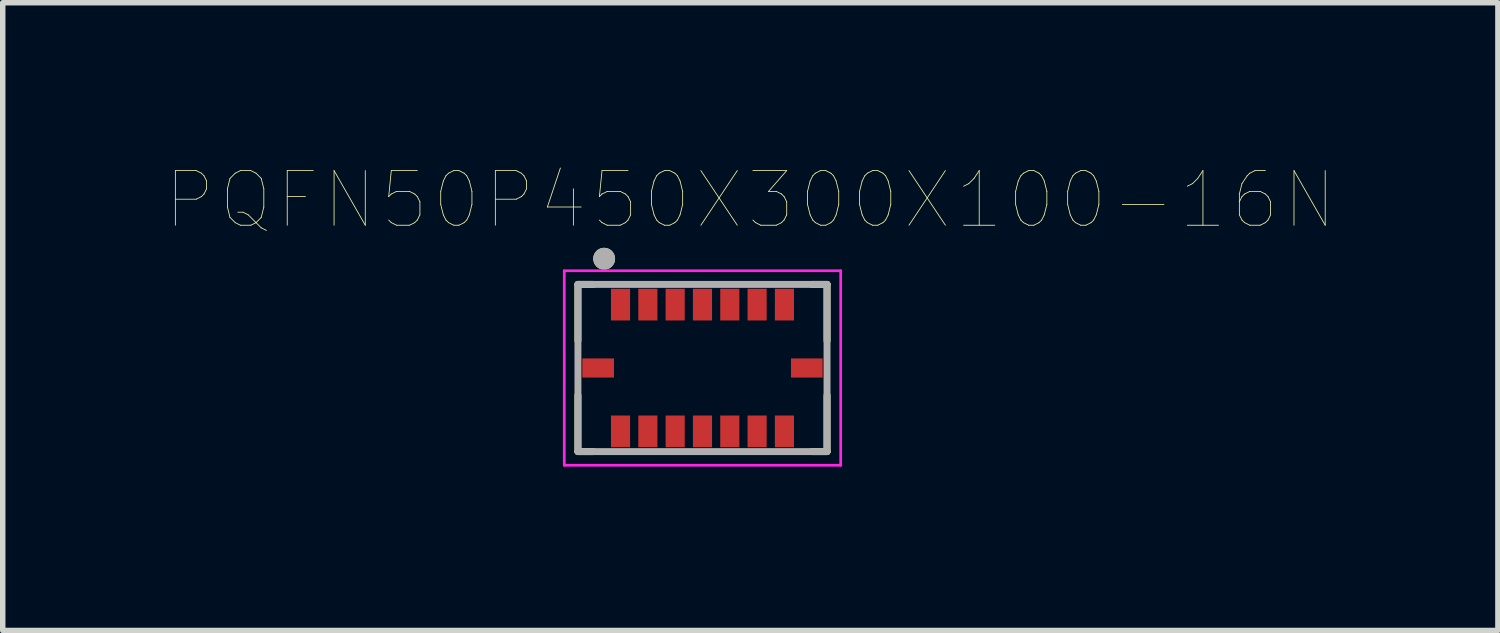
<source format=kicad_pcb>
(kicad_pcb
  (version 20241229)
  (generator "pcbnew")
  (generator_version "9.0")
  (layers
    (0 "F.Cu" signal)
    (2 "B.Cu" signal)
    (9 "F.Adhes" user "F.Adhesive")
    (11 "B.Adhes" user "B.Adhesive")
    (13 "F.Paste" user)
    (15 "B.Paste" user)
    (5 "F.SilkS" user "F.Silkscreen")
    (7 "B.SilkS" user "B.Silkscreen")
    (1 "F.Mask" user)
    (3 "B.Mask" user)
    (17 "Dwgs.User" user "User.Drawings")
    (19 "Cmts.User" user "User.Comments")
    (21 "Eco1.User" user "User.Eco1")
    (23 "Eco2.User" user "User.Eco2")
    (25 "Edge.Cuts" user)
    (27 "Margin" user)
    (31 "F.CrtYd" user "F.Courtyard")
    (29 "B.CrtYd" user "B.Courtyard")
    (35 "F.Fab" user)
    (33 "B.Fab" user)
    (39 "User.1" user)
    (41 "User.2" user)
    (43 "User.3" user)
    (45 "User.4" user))
  (footprint "PQFN50P450X300X100-16N"
    (layer "F.Cu")
    (at 9.809 3.686)
    (property "Reference" "PQFN50P450X300X100-16N" (at 0.875 -3.075 0) (layer "F.SilkS") (effects (font (size 1 1) (thickness 0.015))))
    (attr through_hole)
    (fp_poly (pts (xy -1.725 1.4) (xy -1.725 0.95) (xy -1.725 0.943) (xy -1.725 0.936) (xy -1.724 0.93) (xy -1.723 0.923) (xy -1.721 0.917) (xy -1.719 0.91) (xy -1.717 0.904) (xy -1.715 0.898) (xy -1.712 0.892) (xy -1.709 0.886) (xy -1.706 0.88) (xy -1.702 0.874) (xy -1.698 0.869) (xy -1.694 0.864) (xy -1.689 0.859) (xy -1.684 0.854) (xy -1.679 0.85) (xy -1.674 0.846) (xy -1.669 0.842) (xy -1.663 0.838) (xy -1.657 0.835) (xy -1.651 0.832) (xy -1.645 0.829) (xy -1.639 0.827) (xy -1.633 0.825) (xy -1.626 0.823) (xy -1.62 0.822) (xy -1.613 0.821) (xy -1.606 0.82) (xy -1.6 0.82) (xy -1.4 0.82) (xy -1.394 0.82) (xy -1.387 0.821) (xy -1.38 0.822) (xy -1.374 0.823) (xy -1.367 0.825) (xy -1.361 0.827) (xy -1.355 0.829) (xy -1.349 0.832) (xy -1.343 0.835) (xy -1.337 0.838) (xy -1.331 0.842) (xy -1.326 0.846) (xy -1.321 0.85) (xy -1.316 0.854) (xy -1.311 0.859) (xy -1.306 0.864) (xy -1.302 0.869) (xy -1.298 0.874) (xy -1.294 0.88) (xy -1.291 0.886) (xy -1.288 0.892) (xy -1.285 0.898) (xy -1.283 0.904) (xy -1.281 0.91) (xy -1.279 0.917) (xy -1.277 0.923) (xy -1.276 0.93) (xy -1.275 0.936) (xy -1.275 0.943) (xy -1.275 0.95) (xy -1.275 1.4) (xy -1.276 1.405) (xy -1.277 1.411) (xy -1.278 1.417) (xy -1.28 1.422) (xy -1.282 1.428) (xy -1.284 1.434) (xy -1.287 1.439) (xy -1.289 1.444) (xy -1.293 1.449) (xy -1.296 1.454) (xy -1.3 1.459) (xy -1.303 1.463) (xy -1.307 1.468) (xy -1.312 1.472) (xy -1.316 1.475) (xy -1.321 1.479) (xy -1.326 1.482) (xy -1.331 1.486) (xy -1.336 1.488) (xy -1.341 1.491) (xy -1.347 1.493) (xy -1.353 1.495) (xy -1.358 1.497) (xy -1.364 1.498) (xy -1.37 1.499) (xy -1.376 1.5) (xy -1.382 1.501) (xy -1.387 1.501) (xy -1.393 1.501) (xy -1.4 1.5) (xy -1.6 1.5) (xy -1.607 1.501) (xy -1.613 1.501) (xy -1.618 1.501) (xy -1.624 1.5) (xy -1.63 1.499) (xy -1.636 1.498) (xy -1.642 1.497) (xy -1.647 1.495) (xy -1.653 1.493) (xy -1.659 1.491) (xy -1.664 1.488) (xy -1.669 1.486) (xy -1.674 1.482) (xy -1.679 1.479) (xy -1.684 1.475) (xy -1.688 1.472) (xy -1.693 1.468) (xy -1.697 1.463) (xy -1.7 1.459) (xy -1.704 1.454) (xy -1.707 1.449) (xy -1.711 1.444) (xy -1.713 1.439) (xy -1.716 1.434) (xy -1.718 1.428) (xy -1.72 1.422) (xy -1.722 1.417) (xy -1.723 1.411) (xy -1.724 1.405) (xy -1.725 1.4)) (stroke (width 0.001) (type solid)) (fill yes) (layer "F.Mask"))
    (fp_poly (pts (xy -1.67 0.225) (xy -2.12 0.225) (xy -2.127 0.225) (xy -2.134 0.225) (xy -2.14 0.224) (xy -2.147 0.223) (xy -2.153 0.221) (xy -2.16 0.219) (xy -2.166 0.217) (xy -2.172 0.215) (xy -2.178 0.212) (xy -2.184 0.209) (xy -2.19 0.206) (xy -2.196 0.202) (xy -2.201 0.198) (xy -2.206 0.194) (xy -2.211 0.189) (xy -2.216 0.184) (xy -2.22 0.179) (xy -2.224 0.174) (xy -2.228 0.169) (xy -2.232 0.163) (xy -2.235 0.157) (xy -2.238 0.151) (xy -2.241 0.145) (xy -2.243 0.139) (xy -2.245 0.133) (xy -2.247 0.126) (xy -2.248 0.12) (xy -2.249 0.113) (xy -2.25 0.106) (xy -2.25 0.1) (xy -2.25 -0.1) (xy -2.25 -0.106) (xy -2.249 -0.113) (xy -2.248 -0.12) (xy -2.247 -0.126) (xy -2.245 -0.133) (xy -2.243 -0.139) (xy -2.241 -0.145) (xy -2.238 -0.151) (xy -2.235 -0.157) (xy -2.232 -0.163) (xy -2.228 -0.169) (xy -2.224 -0.174) (xy -2.22 -0.179) (xy -2.216 -0.184) (xy -2.211 -0.189) (xy -2.206 -0.194) (xy -2.201 -0.198) (xy -2.196 -0.202) (xy -2.19 -0.206) (xy -2.184 -0.209) (xy -2.178 -0.212) (xy -2.172 -0.215) (xy -2.166 -0.217) (xy -2.16 -0.219) (xy -2.153 -0.221) (xy -2.147 -0.223) (xy -2.14 -0.224) (xy -2.134 -0.225) (xy -2.127 -0.225) (xy -2.12 -0.225) (xy -1.67 -0.225) (xy -1.665 -0.224) (xy -1.659 -0.223) (xy -1.653 -0.222) (xy -1.648 -0.22) (xy -1.642 -0.218) (xy -1.636 -0.216) (xy -1.631 -0.213) (xy -1.626 -0.211) (xy -1.621 -0.207) (xy -1.616 -0.204) (xy -1.611 -0.2) (xy -1.607 -0.197) (xy -1.602 -0.193) (xy -1.598 -0.188) (xy -1.595 -0.184) (xy -1.591 -0.179) (xy -1.588 -0.174) (xy -1.584 -0.169) (xy -1.582 -0.164) (xy -1.579 -0.159) (xy -1.577 -0.153) (xy -1.575 -0.147) (xy -1.573 -0.142) (xy -1.572 -0.136) (xy -1.571 -0.13) (xy -1.57 -0.124) (xy -1.569 -0.118) (xy -1.569 -0.113) (xy -1.569 -0.107) (xy -1.57 -0.1) (xy -1.57 0.1) (xy -1.569 0.107) (xy -1.569 0.113) (xy -1.569 0.118) (xy -1.57 0.124) (xy -1.571 0.13) (xy -1.572 0.136) (xy -1.573 0.142) (xy -1.575 0.147) (xy -1.577 0.153) (xy -1.579 0.159) (xy -1.582 0.164) (xy -1.584 0.169) (xy -1.588 0.174) (xy -1.591 0.179) (xy -1.595 0.184) (xy -1.598 0.188) (xy -1.602 0.193) (xy -1.607 0.197) (xy -1.611 0.2) (xy -1.616 0.204) (xy -1.621 0.207) (xy -1.626 0.211) (xy -1.631 0.213) (xy -1.636 0.216) (xy -1.642 0.218) (xy -1.648 0.22) (xy -1.653 0.222) (xy -1.659 0.223) (xy -1.665 0.224) (xy -1.67 0.225)) (stroke (width 0.001) (type solid)) (fill yes) (layer "F.Mask"))
    (fp_poly (pts (xy -1.275 -1.4) (xy -1.275 -0.95) (xy -1.275 -0.943) (xy -1.275 -0.936) (xy -1.276 -0.93) (xy -1.277 -0.923) (xy -1.279 -0.917) (xy -1.281 -0.91) (xy -1.283 -0.904) (xy -1.285 -0.898) (xy -1.288 -0.892) (xy -1.291 -0.886) (xy -1.294 -0.88) (xy -1.298 -0.874) (xy -1.302 -0.869) (xy -1.306 -0.864) (xy -1.311 -0.859) (xy -1.316 -0.854) (xy -1.321 -0.85) (xy -1.326 -0.846) (xy -1.331 -0.842) (xy -1.337 -0.838) (xy -1.343 -0.835) (xy -1.349 -0.832) (xy -1.355 -0.829) (xy -1.361 -0.827) (xy -1.367 -0.825) (xy -1.374 -0.823) (xy -1.38 -0.822) (xy -1.387 -0.821) (xy -1.394 -0.82) (xy -1.4 -0.82) (xy -1.6 -0.82) (xy -1.606 -0.82) (xy -1.613 -0.821) (xy -1.62 -0.822) (xy -1.626 -0.823) (xy -1.633 -0.825) (xy -1.639 -0.827) (xy -1.645 -0.829) (xy -1.651 -0.832) (xy -1.657 -0.835) (xy -1.663 -0.838) (xy -1.669 -0.842) (xy -1.674 -0.846) (xy -1.679 -0.85) (xy -1.684 -0.854) (xy -1.689 -0.859) (xy -1.694 -0.864) (xy -1.698 -0.869) (xy -1.702 -0.874) (xy -1.706 -0.88) (xy -1.709 -0.886) (xy -1.712 -0.892) (xy -1.715 -0.898) (xy -1.717 -0.904) (xy -1.719 -0.91) (xy -1.721 -0.917) (xy -1.723 -0.923) (xy -1.724 -0.93) (xy -1.725 -0.936) (xy -1.725 -0.943) (xy -1.725 -0.95) (xy -1.725 -1.4) (xy -1.724 -1.405) (xy -1.723 -1.411) (xy -1.722 -1.417) (xy -1.72 -1.422) (xy -1.718 -1.428) (xy -1.716 -1.434) (xy -1.713 -1.439) (xy -1.711 -1.444) (xy -1.707 -1.449) (xy -1.704 -1.454) (xy -1.7 -1.459) (xy -1.697 -1.463) (xy -1.693 -1.468) (xy -1.688 -1.472) (xy -1.684 -1.475) (xy -1.679 -1.479) (xy -1.674 -1.482) (xy -1.669 -1.486) (xy -1.664 -1.488) (xy -1.659 -1.491) (xy -1.653 -1.493) (xy -1.647 -1.495) (xy -1.642 -1.497) (xy -1.636 -1.498) (xy -1.63 -1.499) (xy -1.624 -1.5) (xy -1.618 -1.501) (xy -1.613 -1.501) (xy -1.607 -1.501) (xy -1.6 -1.5) (xy -1.4 -1.5) (xy -1.393 -1.501) (xy -1.387 -1.501) (xy -1.382 -1.501) (xy -1.376 -1.5) (xy -1.37 -1.499) (xy -1.364 -1.498) (xy -1.358 -1.497) (xy -1.353 -1.495) (xy -1.347 -1.493) (xy -1.341 -1.491) (xy -1.336 -1.488) (xy -1.331 -1.486) (xy -1.326 -1.482) (xy -1.321 -1.479) (xy -1.316 -1.475) (xy -1.312 -1.472) (xy -1.307 -1.468) (xy -1.303 -1.463) (xy -1.3 -1.459) (xy -1.296 -1.454) (xy -1.293 -1.449) (xy -1.289 -1.444) (xy -1.287 -1.439) (xy -1.284 -1.434) (xy -1.282 -1.428) (xy -1.28 -1.422) (xy -1.278 -1.417) (xy -1.277 -1.411) (xy -1.276 -1.405) (xy -1.275 -1.4)) (stroke (width 0.001) (type solid)) (fill yes) (layer "F.Mask"))
    (fp_poly (pts (xy -1.225 1.4) (xy -1.225 0.95) (xy -1.225 0.943) (xy -1.225 0.936) (xy -1.224 0.93) (xy -1.223 0.923) (xy -1.221 0.917) (xy -1.219 0.91) (xy -1.217 0.904) (xy -1.215 0.898) (xy -1.212 0.892) (xy -1.209 0.886) (xy -1.206 0.88) (xy -1.202 0.874) (xy -1.198 0.869) (xy -1.194 0.864) (xy -1.189 0.859) (xy -1.184 0.854) (xy -1.179 0.85) (xy -1.174 0.846) (xy -1.169 0.842) (xy -1.163 0.838) (xy -1.157 0.835) (xy -1.151 0.832) (xy -1.145 0.829) (xy -1.139 0.827) (xy -1.133 0.825) (xy -1.126 0.823) (xy -1.12 0.822) (xy -1.113 0.821) (xy -1.106 0.82) (xy -1.1 0.82) (xy -0.9 0.82) (xy -0.894 0.82) (xy -0.887 0.821) (xy -0.88 0.822) (xy -0.874 0.823) (xy -0.867 0.825) (xy -0.861 0.827) (xy -0.855 0.829) (xy -0.849 0.832) (xy -0.843 0.835) (xy -0.837 0.838) (xy -0.831 0.842) (xy -0.826 0.846) (xy -0.821 0.85) (xy -0.816 0.854) (xy -0.811 0.859) (xy -0.806 0.864) (xy -0.802 0.869) (xy -0.798 0.874) (xy -0.794 0.88) (xy -0.791 0.886) (xy -0.788 0.892) (xy -0.785 0.898) (xy -0.783 0.904) (xy -0.781 0.91) (xy -0.779 0.917) (xy -0.777 0.923) (xy -0.776 0.93) (xy -0.775 0.936) (xy -0.775 0.943) (xy -0.775 0.95) (xy -0.775 1.4) (xy -0.776 1.405) (xy -0.777 1.411) (xy -0.778 1.417) (xy -0.78 1.422) (xy -0.782 1.428) (xy -0.784 1.434) (xy -0.787 1.439) (xy -0.789 1.444) (xy -0.793 1.449) (xy -0.796 1.454) (xy -0.8 1.459) (xy -0.803 1.463) (xy -0.807 1.468) (xy -0.812 1.472) (xy -0.816 1.475) (xy -0.821 1.479) (xy -0.826 1.482) (xy -0.831 1.486) (xy -0.836 1.488) (xy -0.841 1.491) (xy -0.847 1.493) (xy -0.853 1.495) (xy -0.858 1.497) (xy -0.864 1.498) (xy -0.87 1.499) (xy -0.876 1.5) (xy -0.882 1.501) (xy -0.887 1.501) (xy -0.893 1.501) (xy -0.9 1.5) (xy -1.1 1.5) (xy -1.107 1.501) (xy -1.113 1.501) (xy -1.118 1.501) (xy -1.124 1.5) (xy -1.13 1.499) (xy -1.136 1.498) (xy -1.142 1.497) (xy -1.147 1.495) (xy -1.153 1.493) (xy -1.159 1.491) (xy -1.164 1.488) (xy -1.169 1.486) (xy -1.174 1.482) (xy -1.179 1.479) (xy -1.184 1.475) (xy -1.188 1.472) (xy -1.193 1.468) (xy -1.197 1.463) (xy -1.2 1.459) (xy -1.204 1.454) (xy -1.207 1.449) (xy -1.211 1.444) (xy -1.213 1.439) (xy -1.216 1.434) (xy -1.218 1.428) (xy -1.22 1.422) (xy -1.222 1.417) (xy -1.223 1.411) (xy -1.224 1.405) (xy -1.225 1.4)) (stroke (width 0.001) (type solid)) (fill yes) (layer "F.Mask"))
    (fp_poly (pts (xy -0.775 -1.4) (xy -0.775 -0.95) (xy -0.775 -0.943) (xy -0.775 -0.936) (xy -0.776 -0.93) (xy -0.777 -0.923) (xy -0.779 -0.917) (xy -0.781 -0.91) (xy -0.783 -0.904) (xy -0.785 -0.898) (xy -0.788 -0.892) (xy -0.791 -0.886) (xy -0.794 -0.88) (xy -0.798 -0.874) (xy -0.802 -0.869) (xy -0.806 -0.864) (xy -0.811 -0.859) (xy -0.816 -0.854) (xy -0.821 -0.85) (xy -0.826 -0.846) (xy -0.831 -0.842) (xy -0.837 -0.838) (xy -0.843 -0.835) (xy -0.849 -0.832) (xy -0.855 -0.829) (xy -0.861 -0.827) (xy -0.867 -0.825) (xy -0.874 -0.823) (xy -0.88 -0.822) (xy -0.887 -0.821) (xy -0.894 -0.82) (xy -0.9 -0.82) (xy -1.1 -0.82) (xy -1.106 -0.82) (xy -1.113 -0.821) (xy -1.12 -0.822) (xy -1.126 -0.823) (xy -1.133 -0.825) (xy -1.139 -0.827) (xy -1.145 -0.829) (xy -1.151 -0.832) (xy -1.157 -0.835) (xy -1.163 -0.838) (xy -1.169 -0.842) (xy -1.174 -0.846) (xy -1.179 -0.85) (xy -1.184 -0.854) (xy -1.189 -0.859) (xy -1.194 -0.864) (xy -1.198 -0.869) (xy -1.202 -0.874) (xy -1.206 -0.88) (xy -1.209 -0.886) (xy -1.212 -0.892) (xy -1.215 -0.898) (xy -1.217 -0.904) (xy -1.219 -0.91) (xy -1.221 -0.917) (xy -1.223 -0.923) (xy -1.224 -0.93) (xy -1.225 -0.936) (xy -1.225 -0.943) (xy -1.225 -0.95) (xy -1.225 -1.4) (xy -1.224 -1.405) (xy -1.223 -1.411) (xy -1.222 -1.417) (xy -1.22 -1.422) (xy -1.218 -1.428) (xy -1.216 -1.434) (xy -1.213 -1.439) (xy -1.211 -1.444) (xy -1.207 -1.449) (xy -1.204 -1.454) (xy -1.2 -1.459) (xy -1.197 -1.463) (xy -1.193 -1.468) (xy -1.188 -1.472) (xy -1.184 -1.475) (xy -1.179 -1.479) (xy -1.174 -1.482) (xy -1.169 -1.486) (xy -1.164 -1.488) (xy -1.159 -1.491) (xy -1.153 -1.493) (xy -1.147 -1.495) (xy -1.142 -1.497) (xy -1.136 -1.498) (xy -1.13 -1.499) (xy -1.124 -1.5) (xy -1.118 -1.501) (xy -1.113 -1.501) (xy -1.107 -1.501) (xy -1.1 -1.5) (xy -0.9 -1.5) (xy -0.893 -1.501) (xy -0.887 -1.501) (xy -0.882 -1.501) (xy -0.876 -1.5) (xy -0.87 -1.499) (xy -0.864 -1.498) (xy -0.858 -1.497) (xy -0.853 -1.495) (xy -0.847 -1.493) (xy -0.841 -1.491) (xy -0.836 -1.488) (xy -0.831 -1.486) (xy -0.826 -1.482) (xy -0.821 -1.479) (xy -0.816 -1.475) (xy -0.812 -1.472) (xy -0.807 -1.468) (xy -0.803 -1.463) (xy -0.8 -1.459) (xy -0.796 -1.454) (xy -0.793 -1.449) (xy -0.789 -1.444) (xy -0.787 -1.439) (xy -0.784 -1.434) (xy -0.782 -1.428) (xy -0.78 -1.422) (xy -0.778 -1.417) (xy -0.777 -1.411) (xy -0.776 -1.405) (xy -0.775 -1.4)) (stroke (width 0.001) (type solid)) (fill yes) (layer "F.Mask"))
    (fp_poly (pts (xy -0.725 1.4) (xy -0.725 0.95) (xy -0.725 0.943) (xy -0.725 0.936) (xy -0.724 0.93) (xy -0.723 0.923) (xy -0.721 0.917) (xy -0.719 0.91) (xy -0.717 0.904) (xy -0.715 0.898) (xy -0.712 0.892) (xy -0.709 0.886) (xy -0.706 0.88) (xy -0.702 0.874) (xy -0.698 0.869) (xy -0.694 0.864) (xy -0.689 0.859) (xy -0.684 0.854) (xy -0.679 0.85) (xy -0.674 0.846) (xy -0.669 0.842) (xy -0.663 0.838) (xy -0.657 0.835) (xy -0.651 0.832) (xy -0.645 0.829) (xy -0.639 0.827) (xy -0.633 0.825) (xy -0.626 0.823) (xy -0.62 0.822) (xy -0.613 0.821) (xy -0.606 0.82) (xy -0.6 0.82) (xy -0.4 0.82) (xy -0.394 0.82) (xy -0.387 0.821) (xy -0.38 0.822) (xy -0.374 0.823) (xy -0.367 0.825) (xy -0.361 0.827) (xy -0.355 0.829) (xy -0.349 0.832) (xy -0.343 0.835) (xy -0.337 0.838) (xy -0.331 0.842) (xy -0.326 0.846) (xy -0.321 0.85) (xy -0.316 0.854) (xy -0.311 0.859) (xy -0.306 0.864) (xy -0.302 0.869) (xy -0.298 0.874) (xy -0.294 0.88) (xy -0.291 0.886) (xy -0.288 0.892) (xy -0.285 0.898) (xy -0.283 0.904) (xy -0.281 0.91) (xy -0.279 0.917) (xy -0.277 0.923) (xy -0.276 0.93) (xy -0.275 0.936) (xy -0.275 0.943) (xy -0.275 0.95) (xy -0.275 1.4) (xy -0.276 1.405) (xy -0.277 1.411) (xy -0.278 1.417) (xy -0.28 1.422) (xy -0.282 1.428) (xy -0.284 1.434) (xy -0.287 1.439) (xy -0.289 1.444) (xy -0.293 1.449) (xy -0.296 1.454) (xy -0.3 1.459) (xy -0.303 1.463) (xy -0.307 1.468) (xy -0.312 1.472) (xy -0.316 1.475) (xy -0.321 1.479) (xy -0.326 1.482) (xy -0.331 1.486) (xy -0.336 1.488) (xy -0.341 1.491) (xy -0.347 1.493) (xy -0.353 1.495) (xy -0.358 1.497) (xy -0.364 1.498) (xy -0.37 1.499) (xy -0.376 1.5) (xy -0.382 1.501) (xy -0.388 1.501) (xy -0.393 1.501) (xy -0.4 1.5) (xy -0.6 1.5) (xy -0.607 1.501) (xy -0.613 1.501) (xy -0.618 1.501) (xy -0.624 1.5) (xy -0.63 1.499) (xy -0.636 1.498) (xy -0.642 1.497) (xy -0.647 1.495) (xy -0.653 1.493) (xy -0.659 1.491) (xy -0.664 1.488) (xy -0.669 1.486) (xy -0.674 1.482) (xy -0.679 1.479) (xy -0.684 1.475) (xy -0.688 1.472) (xy -0.693 1.468) (xy -0.697 1.463) (xy -0.7 1.459) (xy -0.704 1.454) (xy -0.707 1.449) (xy -0.711 1.444) (xy -0.713 1.439) (xy -0.716 1.434) (xy -0.718 1.428) (xy -0.72 1.422) (xy -0.722 1.417) (xy -0.723 1.411) (xy -0.724 1.405) (xy -0.725 1.4)) (stroke (width 0.001) (type solid)) (fill yes) (layer "F.Mask"))
    (fp_poly (pts (xy -0.275 -1.4) (xy -0.275 -0.95) (xy -0.275 -0.943) (xy -0.275 -0.936) (xy -0.276 -0.93) (xy -0.277 -0.923) (xy -0.279 -0.917) (xy -0.281 -0.91) (xy -0.283 -0.904) (xy -0.285 -0.898) (xy -0.288 -0.892) (xy -0.291 -0.886) (xy -0.294 -0.88) (xy -0.298 -0.874) (xy -0.302 -0.869) (xy -0.306 -0.864) (xy -0.311 -0.859) (xy -0.316 -0.854) (xy -0.321 -0.85) (xy -0.326 -0.846) (xy -0.331 -0.842) (xy -0.337 -0.838) (xy -0.343 -0.835) (xy -0.349 -0.832) (xy -0.355 -0.829) (xy -0.361 -0.827) (xy -0.367 -0.825) (xy -0.374 -0.823) (xy -0.38 -0.822) (xy -0.387 -0.821) (xy -0.394 -0.82) (xy -0.4 -0.82) (xy -0.6 -0.82) (xy -0.606 -0.82) (xy -0.613 -0.821) (xy -0.62 -0.822) (xy -0.626 -0.823) (xy -0.633 -0.825) (xy -0.639 -0.827) (xy -0.645 -0.829) (xy -0.651 -0.832) (xy -0.657 -0.835) (xy -0.663 -0.838) (xy -0.669 -0.842) (xy -0.674 -0.846) (xy -0.679 -0.85) (xy -0.684 -0.854) (xy -0.689 -0.859) (xy -0.694 -0.864) (xy -0.698 -0.869) (xy -0.702 -0.874) (xy -0.706 -0.88) (xy -0.709 -0.886) (xy -0.712 -0.892) (xy -0.715 -0.898) (xy -0.717 -0.904) (xy -0.719 -0.91) (xy -0.721 -0.917) (xy -0.723 -0.923) (xy -0.724 -0.93) (xy -0.725 -0.936) (xy -0.725 -0.943) (xy -0.725 -0.95) (xy -0.725 -1.4) (xy -0.724 -1.405) (xy -0.723 -1.411) (xy -0.722 -1.417) (xy -0.72 -1.422) (xy -0.718 -1.428) (xy -0.716 -1.434) (xy -0.713 -1.439) (xy -0.711 -1.444) (xy -0.707 -1.449) (xy -0.704 -1.454) (xy -0.7 -1.459) (xy -0.697 -1.463) (xy -0.693 -1.468) (xy -0.688 -1.472) (xy -0.684 -1.475) (xy -0.679 -1.479) (xy -0.674 -1.482) (xy -0.669 -1.486) (xy -0.664 -1.488) (xy -0.659 -1.491) (xy -0.653 -1.493) (xy -0.647 -1.495) (xy -0.642 -1.497) (xy -0.636 -1.498) (xy -0.63 -1.499) (xy -0.624 -1.5) (xy -0.618 -1.501) (xy -0.613 -1.501) (xy -0.607 -1.501) (xy -0.6 -1.5) (xy -0.4 -1.5) (xy -0.393 -1.501) (xy -0.388 -1.501) (xy -0.382 -1.501) (xy -0.376 -1.5) (xy -0.37 -1.499) (xy -0.364 -1.498) (xy -0.358 -1.497) (xy -0.353 -1.495) (xy -0.347 -1.493) (xy -0.341 -1.491) (xy -0.336 -1.488) (xy -0.331 -1.486) (xy -0.326 -1.482) (xy -0.321 -1.479) (xy -0.316 -1.475) (xy -0.312 -1.472) (xy -0.307 -1.468) (xy -0.303 -1.463) (xy -0.3 -1.459) (xy -0.296 -1.454) (xy -0.293 -1.449) (xy -0.289 -1.444) (xy -0.287 -1.439) (xy -0.284 -1.434) (xy -0.282 -1.428) (xy -0.28 -1.422) (xy -0.278 -1.417) (xy -0.277 -1.411) (xy -0.276 -1.405) (xy -0.275 -1.4)) (stroke (width 0.001) (type solid)) (fill yes) (layer "F.Mask"))
    (fp_poly (pts (xy -0.225 1.4) (xy -0.225 0.95) (xy -0.225 0.943) (xy -0.225 0.936) (xy -0.224 0.93) (xy -0.223 0.923) (xy -0.221 0.917) (xy -0.219 0.91) (xy -0.217 0.904) (xy -0.215 0.898) (xy -0.212 0.892) (xy -0.209 0.886) (xy -0.206 0.88) (xy -0.202 0.874) (xy -0.198 0.869) (xy -0.194 0.864) (xy -0.189 0.859) (xy -0.184 0.854) (xy -0.179 0.85) (xy -0.174 0.846) (xy -0.169 0.842) (xy -0.163 0.838) (xy -0.157 0.835) (xy -0.151 0.832) (xy -0.145 0.829) (xy -0.139 0.827) (xy -0.133 0.825) (xy -0.126 0.823) (xy -0.12 0.822) (xy -0.113 0.821) (xy -0.106 0.82) (xy -0.1 0.82) (xy 0.1 0.82) (xy 0.106 0.82) (xy 0.113 0.821) (xy 0.12 0.822) (xy 0.126 0.823) (xy 0.133 0.825) (xy 0.139 0.827) (xy 0.145 0.829) (xy 0.151 0.832) (xy 0.157 0.835) (xy 0.163 0.838) (xy 0.169 0.842) (xy 0.174 0.846) (xy 0.179 0.85) (xy 0.184 0.854) (xy 0.189 0.859) (xy 0.194 0.864) (xy 0.198 0.869) (xy 0.202 0.874) (xy 0.206 0.88) (xy 0.209 0.886) (xy 0.212 0.892) (xy 0.215 0.898) (xy 0.217 0.904) (xy 0.219 0.91) (xy 0.221 0.917) (xy 0.223 0.923) (xy 0.224 0.93) (xy 0.225 0.936) (xy 0.225 0.943) (xy 0.225 0.95) (xy 0.225 1.4) (xy 0.224 1.405) (xy 0.223 1.411) (xy 0.222 1.417) (xy 0.22 1.422) (xy 0.218 1.428) (xy 0.216 1.434) (xy 0.213 1.439) (xy 0.211 1.444) (xy 0.207 1.449) (xy 0.204 1.454) (xy 0.2 1.459) (xy 0.197 1.463) (xy 0.193 1.468) (xy 0.188 1.472) (xy 0.184 1.475) (xy 0.179 1.479) (xy 0.174 1.482) (xy 0.169 1.486) (xy 0.164 1.488) (xy 0.159 1.491) (xy 0.153 1.493) (xy 0.147 1.495) (xy 0.142 1.497) (xy 0.136 1.498) (xy 0.13 1.499) (xy 0.124 1.5) (xy 0.118 1.501) (xy 0.113 1.501) (xy 0.107 1.501) (xy 0.1 1.5) (xy -0.1 1.5) (xy -0.107 1.501) (xy -0.113 1.501) (xy -0.118 1.501) (xy -0.124 1.5) (xy -0.13 1.499) (xy -0.136 1.498) (xy -0.142 1.497) (xy -0.147 1.495) (xy -0.153 1.493) (xy -0.159 1.491) (xy -0.164 1.488) (xy -0.169 1.486) (xy -0.174 1.482) (xy -0.179 1.479) (xy -0.184 1.475) (xy -0.188 1.472) (xy -0.193 1.468) (xy -0.197 1.463) (xy -0.2 1.459) (xy -0.204 1.454) (xy -0.207 1.449) (xy -0.211 1.444) (xy -0.213 1.439) (xy -0.216 1.434) (xy -0.218 1.428) (xy -0.22 1.422) (xy -0.222 1.417) (xy -0.223 1.411) (xy -0.224 1.405) (xy -0.225 1.4)) (stroke (width 0.001) (type solid)) (fill yes) (layer "F.Mask"))
    (fp_poly (pts (xy 0.225 -1.4) (xy 0.225 -0.95) (xy 0.225 -0.943) (xy 0.225 -0.936) (xy 0.224 -0.93) (xy 0.223 -0.923) (xy 0.221 -0.917) (xy 0.219 -0.91) (xy 0.217 -0.904) (xy 0.215 -0.898) (xy 0.212 -0.892) (xy 0.209 -0.886) (xy 0.206 -0.88) (xy 0.202 -0.874) (xy 0.198 -0.869) (xy 0.194 -0.864) (xy 0.189 -0.859) (xy 0.184 -0.854) (xy 0.179 -0.85) (xy 0.174 -0.846) (xy 0.169 -0.842) (xy 0.163 -0.838) (xy 0.157 -0.835) (xy 0.151 -0.832) (xy 0.145 -0.829) (xy 0.139 -0.827) (xy 0.133 -0.825) (xy 0.126 -0.823) (xy 0.12 -0.822) (xy 0.113 -0.821) (xy 0.106 -0.82) (xy 0.1 -0.82) (xy -0.1 -0.82) (xy -0.106 -0.82) (xy -0.113 -0.821) (xy -0.12 -0.822) (xy -0.126 -0.823) (xy -0.133 -0.825) (xy -0.139 -0.827) (xy -0.145 -0.829) (xy -0.151 -0.832) (xy -0.157 -0.835) (xy -0.163 -0.838) (xy -0.169 -0.842) (xy -0.174 -0.846) (xy -0.179 -0.85) (xy -0.184 -0.854) (xy -0.189 -0.859) (xy -0.194 -0.864) (xy -0.198 -0.869) (xy -0.202 -0.874) (xy -0.206 -0.88) (xy -0.209 -0.886) (xy -0.212 -0.892) (xy -0.215 -0.898) (xy -0.217 -0.904) (xy -0.219 -0.91) (xy -0.221 -0.917) (xy -0.223 -0.923) (xy -0.224 -0.93) (xy -0.225 -0.936) (xy -0.225 -0.943) (xy -0.225 -0.95) (xy -0.225 -1.4) (xy -0.224 -1.405) (xy -0.223 -1.411) (xy -0.222 -1.417) (xy -0.22 -1.422) (xy -0.218 -1.428) (xy -0.216 -1.434) (xy -0.213 -1.439) (xy -0.211 -1.444) (xy -0.207 -1.449) (xy -0.204 -1.454) (xy -0.2 -1.459) (xy -0.197 -1.463) (xy -0.193 -1.468) (xy -0.188 -1.472) (xy -0.184 -1.475) (xy -0.179 -1.479) (xy -0.174 -1.482) (xy -0.169 -1.486) (xy -0.164 -1.488) (xy -0.159 -1.491) (xy -0.153 -1.493) (xy -0.147 -1.495) (xy -0.142 -1.497) (xy -0.136 -1.498) (xy -0.13 -1.499) (xy -0.124 -1.5) (xy -0.118 -1.501) (xy -0.113 -1.501) (xy -0.107 -1.501) (xy -0.1 -1.5) (xy 0.1 -1.5) (xy 0.107 -1.501) (xy 0.113 -1.501) (xy 0.118 -1.501) (xy 0.124 -1.5) (xy 0.13 -1.499) (xy 0.136 -1.498) (xy 0.142 -1.497) (xy 0.147 -1.495) (xy 0.153 -1.493) (xy 0.159 -1.491) (xy 0.164 -1.488) (xy 0.169 -1.486) (xy 0.174 -1.482) (xy 0.179 -1.479) (xy 0.184 -1.475) (xy 0.188 -1.472) (xy 0.193 -1.468) (xy 0.197 -1.463) (xy 0.2 -1.459) (xy 0.204 -1.454) (xy 0.207 -1.449) (xy 0.211 -1.444) (xy 0.213 -1.439) (xy 0.216 -1.434) (xy 0.218 -1.428) (xy 0.22 -1.422) (xy 0.222 -1.417) (xy 0.223 -1.411) (xy 0.224 -1.405) (xy 0.225 -1.4)) (stroke (width 0.001) (type solid)) (fill yes) (layer "F.Mask"))
    (fp_poly (pts (xy 0.275 1.4) (xy 0.275 0.95) (xy 0.275 0.943) (xy 0.275 0.936) (xy 0.276 0.93) (xy 0.277 0.923) (xy 0.279 0.917) (xy 0.281 0.91) (xy 0.283 0.904) (xy 0.285 0.898) (xy 0.288 0.892) (xy 0.291 0.886) (xy 0.294 0.88) (xy 0.298 0.874) (xy 0.302 0.869) (xy 0.306 0.864) (xy 0.311 0.859) (xy 0.316 0.854) (xy 0.321 0.85) (xy 0.326 0.846) (xy 0.331 0.842) (xy 0.337 0.838) (xy 0.343 0.835) (xy 0.349 0.832) (xy 0.355 0.829) (xy 0.361 0.827) (xy 0.367 0.825) (xy 0.374 0.823) (xy 0.38 0.822) (xy 0.387 0.821) (xy 0.394 0.82) (xy 0.4 0.82) (xy 0.6 0.82) (xy 0.606 0.82) (xy 0.613 0.821) (xy 0.62 0.822) (xy 0.626 0.823) (xy 0.633 0.825) (xy 0.639 0.827) (xy 0.645 0.829) (xy 0.651 0.832) (xy 0.657 0.835) (xy 0.663 0.838) (xy 0.669 0.842) (xy 0.674 0.846) (xy 0.679 0.85) (xy 0.684 0.854) (xy 0.689 0.859) (xy 0.694 0.864) (xy 0.698 0.869) (xy 0.702 0.874) (xy 0.706 0.88) (xy 0.709 0.886) (xy 0.712 0.892) (xy 0.715 0.898) (xy 0.717 0.904) (xy 0.719 0.91) (xy 0.721 0.917) (xy 0.723 0.923) (xy 0.724 0.93) (xy 0.725 0.936) (xy 0.725 0.943) (xy 0.725 0.95) (xy 0.725 1.4) (xy 0.724 1.405) (xy 0.723 1.411) (xy 0.722 1.417) (xy 0.72 1.422) (xy 0.718 1.428) (xy 0.716 1.434) (xy 0.713 1.439) (xy 0.711 1.444) (xy 0.707 1.449) (xy 0.704 1.454) (xy 0.7 1.459) (xy 0.697 1.463) (xy 0.693 1.468) (xy 0.688 1.472) (xy 0.684 1.475) (xy 0.679 1.479) (xy 0.674 1.482) (xy 0.669 1.486) (xy 0.664 1.488) (xy 0.659 1.491) (xy 0.653 1.493) (xy 0.647 1.495) (xy 0.642 1.497) (xy 0.636 1.498) (xy 0.63 1.499) (xy 0.624 1.5) (xy 0.618 1.501) (xy 0.613 1.501) (xy 0.607 1.501) (xy 0.6 1.5) (xy 0.4 1.5) (xy 0.393 1.501) (xy 0.388 1.501) (xy 0.382 1.501) (xy 0.376 1.5) (xy 0.37 1.499) (xy 0.364 1.498) (xy 0.358 1.497) (xy 0.353 1.495) (xy 0.347 1.493) (xy 0.341 1.491) (xy 0.336 1.488) (xy 0.331 1.486) (xy 0.326 1.482) (xy 0.321 1.479) (xy 0.316 1.475) (xy 0.312 1.472) (xy 0.307 1.468) (xy 0.303 1.463) (xy 0.3 1.459) (xy 0.296 1.454) (xy 0.293 1.449) (xy 0.289 1.444) (xy 0.287 1.439) (xy 0.284 1.434) (xy 0.282 1.428) (xy 0.28 1.422) (xy 0.278 1.417) (xy 0.277 1.411) (xy 0.276 1.405) (xy 0.275 1.4)) (stroke (width 0.001) (type solid)) (fill yes) (layer "F.Mask"))
    (fp_poly (pts (xy 0.725 -1.4) (xy 0.725 -0.95) (xy 0.725 -0.943) (xy 0.725 -0.936) (xy 0.724 -0.93) (xy 0.723 -0.923) (xy 0.721 -0.917) (xy 0.719 -0.91) (xy 0.717 -0.904) (xy 0.715 -0.898) (xy 0.712 -0.892) (xy 0.709 -0.886) (xy 0.706 -0.88) (xy 0.702 -0.874) (xy 0.698 -0.869) (xy 0.694 -0.864) (xy 0.689 -0.859) (xy 0.684 -0.854) (xy 0.679 -0.85) (xy 0.674 -0.846) (xy 0.669 -0.842) (xy 0.663 -0.838) (xy 0.657 -0.835) (xy 0.651 -0.832) (xy 0.645 -0.829) (xy 0.639 -0.827) (xy 0.633 -0.825) (xy 0.626 -0.823) (xy 0.62 -0.822) (xy 0.613 -0.821) (xy 0.606 -0.82) (xy 0.6 -0.82) (xy 0.4 -0.82) (xy 0.394 -0.82) (xy 0.387 -0.821) (xy 0.38 -0.822) (xy 0.374 -0.823) (xy 0.367 -0.825) (xy 0.361 -0.827) (xy 0.355 -0.829) (xy 0.349 -0.832) (xy 0.343 -0.835) (xy 0.337 -0.838) (xy 0.331 -0.842) (xy 0.326 -0.846) (xy 0.321 -0.85) (xy 0.316 -0.854) (xy 0.311 -0.859) (xy 0.306 -0.864) (xy 0.302 -0.869) (xy 0.298 -0.874) (xy 0.294 -0.88) (xy 0.291 -0.886) (xy 0.288 -0.892) (xy 0.285 -0.898) (xy 0.283 -0.904) (xy 0.281 -0.91) (xy 0.279 -0.917) (xy 0.277 -0.923) (xy 0.276 -0.93) (xy 0.275 -0.936) (xy 0.275 -0.943) (xy 0.275 -0.95) (xy 0.275 -1.4) (xy 0.276 -1.405) (xy 0.277 -1.411) (xy 0.278 -1.417) (xy 0.28 -1.422) (xy 0.282 -1.428) (xy 0.284 -1.434) (xy 0.287 -1.439) (xy 0.289 -1.444) (xy 0.293 -1.449) (xy 0.296 -1.454) (xy 0.3 -1.459) (xy 0.303 -1.463) (xy 0.307 -1.468) (xy 0.312 -1.472) (xy 0.316 -1.475) (xy 0.321 -1.479) (xy 0.326 -1.482) (xy 0.331 -1.486) (xy 0.336 -1.488) (xy 0.341 -1.491) (xy 0.347 -1.493) (xy 0.353 -1.495) (xy 0.358 -1.497) (xy 0.364 -1.498) (xy 0.37 -1.499) (xy 0.376 -1.5) (xy 0.382 -1.501) (xy 0.388 -1.501) (xy 0.393 -1.501) (xy 0.4 -1.5) (xy 0.6 -1.5) (xy 0.607 -1.501) (xy 0.613 -1.501) (xy 0.618 -1.501) (xy 0.624 -1.5) (xy 0.63 -1.499) (xy 0.636 -1.498) (xy 0.642 -1.497) (xy 0.647 -1.495) (xy 0.653 -1.493) (xy 0.659 -1.491) (xy 0.664 -1.488) (xy 0.669 -1.486) (xy 0.674 -1.482) (xy 0.679 -1.479) (xy 0.684 -1.475) (xy 0.688 -1.472) (xy 0.693 -1.468) (xy 0.697 -1.463) (xy 0.7 -1.459) (xy 0.704 -1.454) (xy 0.707 -1.449) (xy 0.711 -1.444) (xy 0.713 -1.439) (xy 0.716 -1.434) (xy 0.718 -1.428) (xy 0.72 -1.422) (xy 0.722 -1.417) (xy 0.723 -1.411) (xy 0.724 -1.405) (xy 0.725 -1.4)) (stroke (width 0.001) (type solid)) (fill yes) (layer "F.Mask"))
    (fp_poly (pts (xy 0.775 1.4) (xy 0.775 0.95) (xy 0.775 0.943) (xy 0.775 0.936) (xy 0.776 0.93) (xy 0.777 0.923) (xy 0.779 0.917) (xy 0.781 0.91) (xy 0.783 0.904) (xy 0.785 0.898) (xy 0.788 0.892) (xy 0.791 0.886) (xy 0.794 0.88) (xy 0.798 0.874) (xy 0.802 0.869) (xy 0.806 0.864) (xy 0.811 0.859) (xy 0.816 0.854) (xy 0.821 0.85) (xy 0.826 0.846) (xy 0.831 0.842) (xy 0.837 0.838) (xy 0.843 0.835) (xy 0.849 0.832) (xy 0.855 0.829) (xy 0.861 0.827) (xy 0.867 0.825) (xy 0.874 0.823) (xy 0.88 0.822) (xy 0.887 0.821) (xy 0.894 0.82) (xy 0.9 0.82) (xy 1.1 0.82) (xy 1.106 0.82) (xy 1.113 0.821) (xy 1.12 0.822) (xy 1.126 0.823) (xy 1.133 0.825) (xy 1.139 0.827) (xy 1.145 0.829) (xy 1.151 0.832) (xy 1.157 0.835) (xy 1.163 0.838) (xy 1.169 0.842) (xy 1.174 0.846) (xy 1.179 0.85) (xy 1.184 0.854) (xy 1.189 0.859) (xy 1.194 0.864) (xy 1.198 0.869) (xy 1.202 0.874) (xy 1.206 0.88) (xy 1.209 0.886) (xy 1.212 0.892) (xy 1.215 0.898) (xy 1.217 0.904) (xy 1.219 0.91) (xy 1.221 0.917) (xy 1.223 0.923) (xy 1.224 0.93) (xy 1.225 0.936) (xy 1.225 0.943) (xy 1.225 0.95) (xy 1.225 1.4) (xy 1.224 1.405) (xy 1.223 1.411) (xy 1.222 1.417) (xy 1.22 1.422) (xy 1.218 1.428) (xy 1.216 1.434) (xy 1.213 1.439) (xy 1.211 1.444) (xy 1.207 1.449) (xy 1.204 1.454) (xy 1.2 1.459) (xy 1.197 1.463) (xy 1.193 1.468) (xy 1.188 1.472) (xy 1.184 1.475) (xy 1.179 1.479) (xy 1.174 1.482) (xy 1.169 1.486) (xy 1.164 1.488) (xy 1.159 1.491) (xy 1.153 1.493) (xy 1.147 1.495) (xy 1.142 1.497) (xy 1.136 1.498) (xy 1.13 1.499) (xy 1.124 1.5) (xy 1.118 1.501) (xy 1.113 1.501) (xy 1.107 1.501) (xy 1.1 1.5) (xy 0.9 1.5) (xy 0.893 1.501) (xy 0.887 1.501) (xy 0.882 1.501) (xy 0.876 1.5) (xy 0.87 1.499) (xy 0.864 1.498) (xy 0.858 1.497) (xy 0.853 1.495) (xy 0.847 1.493) (xy 0.841 1.491) (xy 0.836 1.488) (xy 0.831 1.486) (xy 0.826 1.482) (xy 0.821 1.479) (xy 0.816 1.475) (xy 0.812 1.472) (xy 0.807 1.468) (xy 0.803 1.463) (xy 0.8 1.459) (xy 0.796 1.454) (xy 0.793 1.449) (xy 0.789 1.444) (xy 0.787 1.439) (xy 0.784 1.434) (xy 0.782 1.428) (xy 0.78 1.422) (xy 0.778 1.417) (xy 0.777 1.411) (xy 0.776 1.405) (xy 0.775 1.4)) (stroke (width 0.001) (type solid)) (fill yes) (layer "F.Mask"))
    (fp_poly (pts (xy 1.225 -1.4) (xy 1.225 -0.95) (xy 1.225 -0.943) (xy 1.225 -0.936) (xy 1.224 -0.93) (xy 1.223 -0.923) (xy 1.221 -0.917) (xy 1.219 -0.91) (xy 1.217 -0.904) (xy 1.215 -0.898) (xy 1.212 -0.892) (xy 1.209 -0.886) (xy 1.206 -0.88) (xy 1.202 -0.874) (xy 1.198 -0.869) (xy 1.194 -0.864) (xy 1.189 -0.859) (xy 1.184 -0.854) (xy 1.179 -0.85) (xy 1.174 -0.846) (xy 1.169 -0.842) (xy 1.163 -0.838) (xy 1.157 -0.835) (xy 1.151 -0.832) (xy 1.145 -0.829) (xy 1.139 -0.827) (xy 1.133 -0.825) (xy 1.126 -0.823) (xy 1.12 -0.822) (xy 1.113 -0.821) (xy 1.106 -0.82) (xy 1.1 -0.82) (xy 0.9 -0.82) (xy 0.894 -0.82) (xy 0.887 -0.821) (xy 0.88 -0.822) (xy 0.874 -0.823) (xy 0.867 -0.825) (xy 0.861 -0.827) (xy 0.855 -0.829) (xy 0.849 -0.832) (xy 0.843 -0.835) (xy 0.837 -0.838) (xy 0.831 -0.842) (xy 0.826 -0.846) (xy 0.821 -0.85) (xy 0.816 -0.854) (xy 0.811 -0.859) (xy 0.806 -0.864) (xy 0.802 -0.869) (xy 0.798 -0.874) (xy 0.794 -0.88) (xy 0.791 -0.886) (xy 0.788 -0.892) (xy 0.785 -0.898) (xy 0.783 -0.904) (xy 0.781 -0.91) (xy 0.779 -0.917) (xy 0.777 -0.923) (xy 0.776 -0.93) (xy 0.775 -0.936) (xy 0.775 -0.943) (xy 0.775 -0.95) (xy 0.775 -1.4) (xy 0.776 -1.405) (xy 0.777 -1.411) (xy 0.778 -1.417) (xy 0.78 -1.422) (xy 0.782 -1.428) (xy 0.784 -1.434) (xy 0.787 -1.439) (xy 0.789 -1.444) (xy 0.793 -1.449) (xy 0.796 -1.454) (xy 0.8 -1.459) (xy 0.803 -1.463) (xy 0.807 -1.468) (xy 0.812 -1.472) (xy 0.816 -1.475) (xy 0.821 -1.479) (xy 0.826 -1.482) (xy 0.831 -1.486) (xy 0.836 -1.488) (xy 0.841 -1.491) (xy 0.847 -1.493) (xy 0.853 -1.495) (xy 0.858 -1.497) (xy 0.864 -1.498) (xy 0.87 -1.499) (xy 0.876 -1.5) (xy 0.882 -1.501) (xy 0.887 -1.501) (xy 0.893 -1.501) (xy 0.9 -1.5) (xy 1.1 -1.5) (xy 1.107 -1.501) (xy 1.113 -1.501) (xy 1.118 -1.501) (xy 1.124 -1.5) (xy 1.13 -1.499) (xy 1.136 -1.498) (xy 1.142 -1.497) (xy 1.147 -1.495) (xy 1.153 -1.493) (xy 1.159 -1.491) (xy 1.164 -1.488) (xy 1.169 -1.486) (xy 1.174 -1.482) (xy 1.179 -1.479) (xy 1.184 -1.475) (xy 1.188 -1.472) (xy 1.193 -1.468) (xy 1.197 -1.463) (xy 1.2 -1.459) (xy 1.204 -1.454) (xy 1.207 -1.449) (xy 1.211 -1.444) (xy 1.213 -1.439) (xy 1.216 -1.434) (xy 1.218 -1.428) (xy 1.22 -1.422) (xy 1.222 -1.417) (xy 1.223 -1.411) (xy 1.224 -1.405) (xy 1.225 -1.4)) (stroke (width 0.001) (type solid)) (fill yes) (layer "F.Mask"))
    (fp_poly (pts (xy 1.275 1.4) (xy 1.275 0.95) (xy 1.275 0.943) (xy 1.275 0.936) (xy 1.276 0.93) (xy 1.277 0.923) (xy 1.279 0.917) (xy 1.281 0.91) (xy 1.283 0.904) (xy 1.285 0.898) (xy 1.288 0.892) (xy 1.291 0.886) (xy 1.294 0.88) (xy 1.298 0.874) (xy 1.302 0.869) (xy 1.306 0.864) (xy 1.311 0.859) (xy 1.316 0.854) (xy 1.321 0.85) (xy 1.326 0.846) (xy 1.331 0.842) (xy 1.337 0.838) (xy 1.343 0.835) (xy 1.349 0.832) (xy 1.355 0.829) (xy 1.361 0.827) (xy 1.367 0.825) (xy 1.374 0.823) (xy 1.38 0.822) (xy 1.387 0.821) (xy 1.394 0.82) (xy 1.4 0.82) (xy 1.6 0.82) (xy 1.606 0.82) (xy 1.613 0.821) (xy 1.62 0.822) (xy 1.626 0.823) (xy 1.633 0.825) (xy 1.639 0.827) (xy 1.645 0.829) (xy 1.651 0.832) (xy 1.657 0.835) (xy 1.663 0.838) (xy 1.669 0.842) (xy 1.674 0.846) (xy 1.679 0.85) (xy 1.684 0.854) (xy 1.689 0.859) (xy 1.694 0.864) (xy 1.698 0.869) (xy 1.702 0.874) (xy 1.706 0.88) (xy 1.709 0.886) (xy 1.712 0.892) (xy 1.715 0.898) (xy 1.717 0.904) (xy 1.719 0.91) (xy 1.721 0.917) (xy 1.723 0.923) (xy 1.724 0.93) (xy 1.725 0.936) (xy 1.725 0.943) (xy 1.725 0.95) (xy 1.725 1.4) (xy 1.724 1.405) (xy 1.723 1.411) (xy 1.722 1.417) (xy 1.72 1.422) (xy 1.718 1.428) (xy 1.716 1.434) (xy 1.713 1.439) (xy 1.711 1.444) (xy 1.707 1.449) (xy 1.704 1.454) (xy 1.7 1.459) (xy 1.697 1.463) (xy 1.693 1.468) (xy 1.688 1.472) (xy 1.684 1.475) (xy 1.679 1.479) (xy 1.674 1.482) (xy 1.669 1.486) (xy 1.664 1.488) (xy 1.659 1.491) (xy 1.653 1.493) (xy 1.647 1.495) (xy 1.642 1.497) (xy 1.636 1.498) (xy 1.63 1.499) (xy 1.624 1.5) (xy 1.618 1.501) (xy 1.613 1.501) (xy 1.607 1.501) (xy 1.6 1.5) (xy 1.4 1.5) (xy 1.393 1.501) (xy 1.387 1.501) (xy 1.382 1.501) (xy 1.376 1.5) (xy 1.37 1.499) (xy 1.364 1.498) (xy 1.358 1.497) (xy 1.353 1.495) (xy 1.347 1.493) (xy 1.341 1.491) (xy 1.336 1.488) (xy 1.331 1.486) (xy 1.326 1.482) (xy 1.321 1.479) (xy 1.316 1.475) (xy 1.312 1.472) (xy 1.307 1.468) (xy 1.303 1.463) (xy 1.3 1.459) (xy 1.296 1.454) (xy 1.293 1.449) (xy 1.289 1.444) (xy 1.287 1.439) (xy 1.284 1.434) (xy 1.282 1.428) (xy 1.28 1.422) (xy 1.278 1.417) (xy 1.277 1.411) (xy 1.276 1.405) (xy 1.275 1.4)) (stroke (width 0.001) (type solid)) (fill yes) (layer "F.Mask"))
    (fp_poly (pts (xy 1.725 -1.4) (xy 1.725 -0.95) (xy 1.725 -0.943) (xy 1.725 -0.936) (xy 1.724 -0.93) (xy 1.723 -0.923) (xy 1.721 -0.917) (xy 1.719 -0.91) (xy 1.717 -0.904) (xy 1.715 -0.898) (xy 1.712 -0.892) (xy 1.709 -0.886) (xy 1.706 -0.88) (xy 1.702 -0.874) (xy 1.698 -0.869) (xy 1.694 -0.864) (xy 1.689 -0.859) (xy 1.684 -0.854) (xy 1.679 -0.85) (xy 1.674 -0.846) (xy 1.669 -0.842) (xy 1.663 -0.838) (xy 1.657 -0.835) (xy 1.651 -0.832) (xy 1.645 -0.829) (xy 1.639 -0.827) (xy 1.633 -0.825) (xy 1.626 -0.823) (xy 1.62 -0.822) (xy 1.613 -0.821) (xy 1.606 -0.82) (xy 1.6 -0.82) (xy 1.4 -0.82) (xy 1.394 -0.82) (xy 1.387 -0.821) (xy 1.38 -0.822) (xy 1.374 -0.823) (xy 1.367 -0.825) (xy 1.361 -0.827) (xy 1.355 -0.829) (xy 1.349 -0.832) (xy 1.343 -0.835) (xy 1.337 -0.838) (xy 1.331 -0.842) (xy 1.326 -0.846) (xy 1.321 -0.85) (xy 1.316 -0.854) (xy 1.311 -0.859) (xy 1.306 -0.864) (xy 1.302 -0.869) (xy 1.298 -0.874) (xy 1.294 -0.88) (xy 1.291 -0.886) (xy 1.288 -0.892) (xy 1.285 -0.898) (xy 1.283 -0.904) (xy 1.281 -0.91) (xy 1.279 -0.917) (xy 1.277 -0.923) (xy 1.276 -0.93) (xy 1.275 -0.936) (xy 1.275 -0.943) (xy 1.275 -0.95) (xy 1.275 -1.4) (xy 1.276 -1.405) (xy 1.277 -1.411) (xy 1.278 -1.417) (xy 1.28 -1.422) (xy 1.282 -1.428) (xy 1.284 -1.434) (xy 1.287 -1.439) (xy 1.289 -1.444) (xy 1.293 -1.449) (xy 1.296 -1.454) (xy 1.3 -1.459) (xy 1.303 -1.463) (xy 1.307 -1.468) (xy 1.312 -1.472) (xy 1.316 -1.475) (xy 1.321 -1.479) (xy 1.326 -1.482) (xy 1.331 -1.486) (xy 1.336 -1.488) (xy 1.341 -1.491) (xy 1.347 -1.493) (xy 1.353 -1.495) (xy 1.358 -1.497) (xy 1.364 -1.498) (xy 1.37 -1.499) (xy 1.376 -1.5) (xy 1.382 -1.501) (xy 1.387 -1.501) (xy 1.393 -1.501) (xy 1.4 -1.5) (xy 1.6 -1.5) (xy 1.607 -1.501) (xy 1.613 -1.501) (xy 1.618 -1.501) (xy 1.624 -1.5) (xy 1.63 -1.499) (xy 1.636 -1.498) (xy 1.642 -1.497) (xy 1.647 -1.495) (xy 1.653 -1.493) (xy 1.659 -1.491) (xy 1.664 -1.488) (xy 1.669 -1.486) (xy 1.674 -1.482) (xy 1.679 -1.479) (xy 1.684 -1.475) (xy 1.688 -1.472) (xy 1.693 -1.468) (xy 1.697 -1.463) (xy 1.7 -1.459) (xy 1.704 -1.454) (xy 1.707 -1.449) (xy 1.711 -1.444) (xy 1.713 -1.439) (xy 1.716 -1.434) (xy 1.718 -1.428) (xy 1.72 -1.422) (xy 1.722 -1.417) (xy 1.723 -1.411) (xy 1.724 -1.405) (xy 1.725 -1.4)) (stroke (width 0.001) (type solid)) (fill yes) (layer "F.Mask"))
    (fp_poly (pts (xy 2.15 0.225) (xy 1.7 0.225) (xy 1.693 0.225) (xy 1.686 0.225) (xy 1.68 0.224) (xy 1.673 0.223) (xy 1.667 0.221) (xy 1.66 0.219) (xy 1.654 0.217) (xy 1.648 0.215) (xy 1.642 0.212) (xy 1.636 0.209) (xy 1.63 0.206) (xy 1.624 0.202) (xy 1.619 0.198) (xy 1.614 0.194) (xy 1.609 0.189) (xy 1.604 0.184) (xy 1.6 0.179) (xy 1.596 0.174) (xy 1.592 0.169) (xy 1.588 0.163) (xy 1.585 0.157) (xy 1.582 0.151) (xy 1.579 0.145) (xy 1.577 0.139) (xy 1.575 0.133) (xy 1.573 0.126) (xy 1.572 0.12) (xy 1.571 0.113) (xy 1.57 0.106) (xy 1.57 0.1) (xy 1.57 -0.1) (xy 1.57 -0.106) (xy 1.571 -0.113) (xy 1.572 -0.12) (xy 1.573 -0.126) (xy 1.575 -0.133) (xy 1.577 -0.139) (xy 1.579 -0.145) (xy 1.582 -0.151) (xy 1.585 -0.157) (xy 1.588 -0.163) (xy 1.592 -0.169) (xy 1.596 -0.174) (xy 1.6 -0.179) (xy 1.604 -0.184) (xy 1.609 -0.189) (xy 1.614 -0.194) (xy 1.619 -0.198) (xy 1.624 -0.202) (xy 1.63 -0.206) (xy 1.636 -0.209) (xy 1.642 -0.212) (xy 1.648 -0.215) (xy 1.654 -0.217) (xy 1.66 -0.219) (xy 1.667 -0.221) (xy 1.673 -0.223) (xy 1.68 -0.224) (xy 1.686 -0.225) (xy 1.693 -0.225) (xy 1.7 -0.225) (xy 2.15 -0.225) (xy 2.155 -0.224) (xy 2.161 -0.223) (xy 2.167 -0.222) (xy 2.172 -0.22) (xy 2.178 -0.218) (xy 2.184 -0.216) (xy 2.189 -0.213) (xy 2.194 -0.211) (xy 2.199 -0.207) (xy 2.204 -0.204) (xy 2.209 -0.2) (xy 2.213 -0.197) (xy 2.218 -0.193) (xy 2.222 -0.188) (xy 2.225 -0.184) (xy 2.229 -0.179) (xy 2.232 -0.174) (xy 2.236 -0.169) (xy 2.238 -0.164) (xy 2.241 -0.159) (xy 2.243 -0.153) (xy 2.245 -0.147) (xy 2.247 -0.142) (xy 2.248 -0.136) (xy 2.249 -0.13) (xy 2.25 -0.124) (xy 2.251 -0.118) (xy 2.251 -0.113) (xy 2.251 -0.107) (xy 2.25 -0.1) (xy 2.25 0.1) (xy 2.251 0.107) (xy 2.251 0.113) (xy 2.251 0.118) (xy 2.25 0.124) (xy 2.249 0.13) (xy 2.248 0.136) (xy 2.247 0.142) (xy 2.245 0.147) (xy 2.243 0.153) (xy 2.241 0.159) (xy 2.238 0.164) (xy 2.236 0.169) (xy 2.232 0.174) (xy 2.229 0.179) (xy 2.225 0.184) (xy 2.222 0.188) (xy 2.218 0.193) (xy 2.213 0.197) (xy 2.209 0.2) (xy 2.204 0.204) (xy 2.199 0.207) (xy 2.194 0.211) (xy 2.189 0.213) (xy 2.184 0.216) (xy 2.178 0.218) (xy 2.172 0.22) (xy 2.167 0.222) (xy 2.161 0.223) (xy 2.155 0.224) (xy 2.15 0.225)) (stroke (width 0.001) (type solid)) (fill yes) (layer "F.Mask"))
    (fp_line (start -2.28 -1.53) (end -2 -1.53) (stroke (width 0.127) (type solid)) (layer "F.SilkS"))
    (fp_line (start -2.28 -0.5) (end -2.28 -1.53) (stroke (width 0.127) (type solid)) (layer "F.SilkS"))
    (fp_line (start -2.28 0.5) (end -2.28 1.53) (stroke (width 0.127) (type solid)) (layer "F.SilkS"))
    (fp_line (start -2.28 1.53) (end -2 1.53) (stroke (width 0.127) (type solid)) (layer "F.SilkS"))
    (fp_line (start 2 -1.53) (end 2.28 -1.53) (stroke (width 0.127) (type solid)) (layer "F.SilkS"))
    (fp_line (start 2.28 -1.53) (end 2.28 -0.5) (stroke (width 0.127) (type solid)) (layer "F.SilkS"))
    (fp_line (start 2.28 0.5) (end 2.28 1.53) (stroke (width 0.127) (type solid)) (layer "F.SilkS"))
    (fp_line (start 2.28 1.53) (end 2 1.53) (stroke (width 0.127) (type solid)) (layer "F.SilkS"))
    (fp_circle (center -1.8 -2) (end -1.7 -2) (stroke (width 0.2) (type solid)) (fill no) (layer "F.SilkS"))
    (fp_line (start -2.53 -1.78) (end 2.53 -1.78) (stroke (width 0.05) (type solid)) (layer "F.CrtYd"))
    (fp_line (start -2.53 1.78) (end -2.53 -1.78) (stroke (width 0.05) (type solid)) (layer "F.CrtYd"))
    (fp_line (start 2.53 -1.78) (end 2.53 1.78) (stroke (width 0.05) (type solid)) (layer "F.CrtYd"))
    (fp_line (start 2.53 1.78) (end -2.53 1.78) (stroke (width 0.05) (type solid)) (layer "F.CrtYd"))
    (fp_line (start -2.28 -1.53) (end 2.28 -1.53) (stroke (width 0.127) (type solid)) (layer "F.Fab"))
    (fp_line (start -2.28 1.53) (end -2.28 -1.53) (stroke (width 0.127) (type solid)) (layer "F.Fab"))
    (fp_line (start 2.28 -1.53) (end 2.28 1.53) (stroke (width 0.127) (type solid)) (layer "F.Fab"))
    (fp_line (start 2.28 1.53) (end -2.28 1.53) (stroke (width 0.127) (type solid)) (layer "F.Fab"))
    (fp_circle (center -1.8 -2) (end -1.7 -2) (stroke (width 0.2) (type solid)) (fill no) (layer "F.Fab"))
    (pad "1" smd rect (at -1.5 -1.16) (size 0.35 0.58) (layers "F.Cu" "F.Paste"))
    (pad "2" smd rect (at -1 -1.16) (size 0.35 0.58) (layers "F.Cu" "F.Paste"))
    (pad "3" smd rect (at -0.5 -1.16) (size 0.35 0.58) (layers "F.Cu" "F.Paste"))
    (pad "4" smd rect (at 0 -1.16) (size 0.35 0.58) (layers "F.Cu" "F.Paste"))
    (pad "5" smd rect (at 0.5 -1.16) (size 0.35 0.58) (layers "F.Cu" "F.Paste"))
    (pad "6" smd rect (at 1 -1.16) (size 0.35 0.58) (layers "F.Cu" "F.Paste"))
    (pad "7" smd rect (at 1.5 -1.16) (size 0.35 0.58) (layers "F.Cu" "F.Paste"))
    (pad "8" smd rect (at 1.91 0) (size 0.58 0.35) (layers "F.Cu" "F.Paste"))
    (pad "9" smd rect (at 1.5 1.16) (size 0.35 0.58) (layers "F.Cu" "F.Paste"))
    (pad "10" smd rect (at 1 1.16) (size 0.35 0.58) (layers "F.Cu" "F.Paste"))
    (pad "11" smd rect (at 0.5 1.16) (size 0.35 0.58) (layers "F.Cu" "F.Paste"))
    (pad "12" smd rect (at 0 1.16) (size 0.35 0.58) (layers "F.Cu" "F.Paste"))
    (pad "13" smd rect (at -0.5 1.16) (size 0.35 0.58) (layers "F.Cu" "F.Paste"))
    (pad "14" smd rect (at -1 1.16) (size 0.35 0.58) (layers "F.Cu" "F.Paste"))
    (pad "15" smd rect (at -1.5 1.16) (size 0.35 0.58) (layers "F.Cu" "F.Paste"))
    (pad "16" smd rect (at -1.91 0) (size 0.58 0.35) (layers "F.Cu" "F.Paste")))
  (gr_rect
    (start -3 -3)
    (end 24.369 8.491)
    (stroke (width 0.1) (type default))
    (fill no)
    (layer "Edge.Cuts")))
</source>
